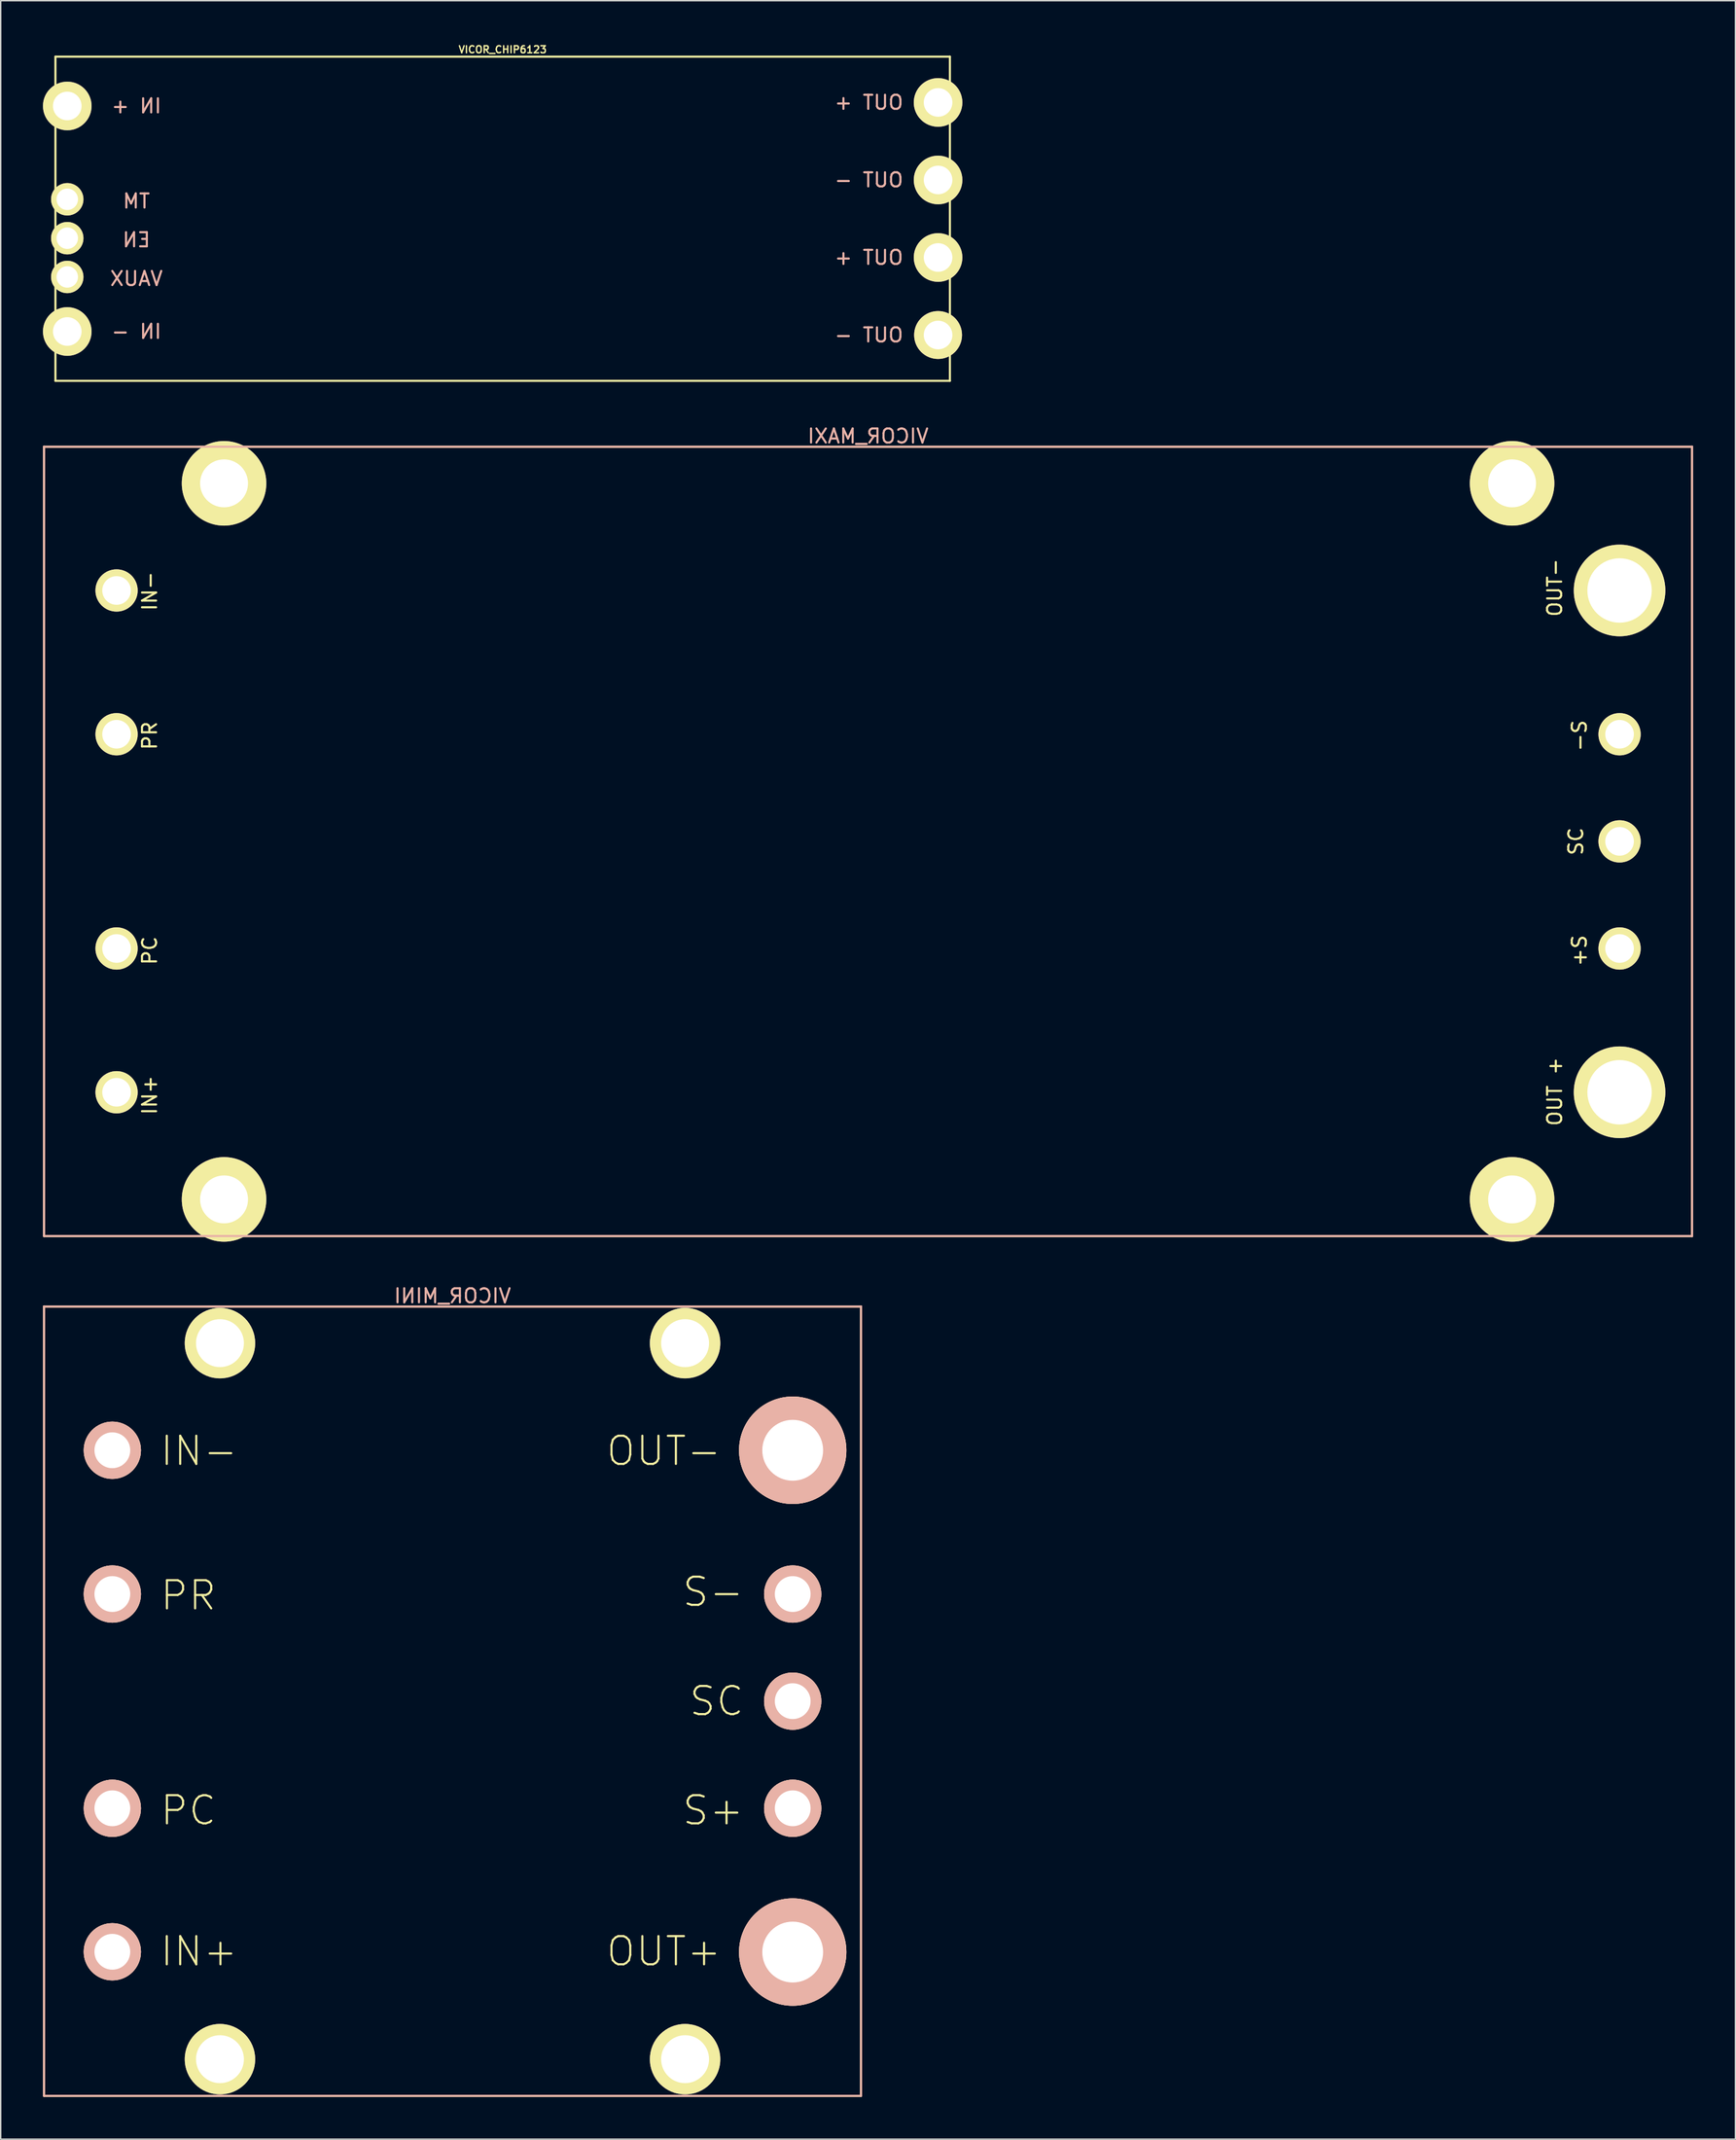
<source format=kicad_pcb>
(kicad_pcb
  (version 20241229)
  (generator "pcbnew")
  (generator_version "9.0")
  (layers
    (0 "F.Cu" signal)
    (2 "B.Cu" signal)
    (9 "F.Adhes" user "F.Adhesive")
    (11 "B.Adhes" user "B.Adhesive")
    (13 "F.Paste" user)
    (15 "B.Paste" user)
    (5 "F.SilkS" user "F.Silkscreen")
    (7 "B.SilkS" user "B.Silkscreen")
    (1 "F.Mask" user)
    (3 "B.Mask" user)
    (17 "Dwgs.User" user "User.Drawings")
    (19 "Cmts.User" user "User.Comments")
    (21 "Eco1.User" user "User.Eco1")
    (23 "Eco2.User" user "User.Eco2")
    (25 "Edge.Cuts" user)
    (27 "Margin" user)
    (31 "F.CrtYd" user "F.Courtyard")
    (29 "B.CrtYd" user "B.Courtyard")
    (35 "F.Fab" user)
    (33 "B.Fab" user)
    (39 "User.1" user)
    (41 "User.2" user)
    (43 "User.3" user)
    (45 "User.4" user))
  (footprint "VICOR_CHIP6123"
    (layer "F.Cu")
    (at 32.635 12.468)
    (property "Reference" "VICOR_CHIP6123" (at 0 -12 0) (layer "F.SilkS") (effects (font (size 0.5 0.5) (thickness 0.1))))
    (attr through_hole)
    (fp_line (start -31.75 -11.5) (end -31.75 11.5) (stroke (width 0.15) (type solid)) (layer "F.SilkS"))
    (fp_line (start -31.75 11.5) (end 31.75 11.5) (stroke (width 0.15) (type solid)) (layer "F.SilkS"))
    (fp_line (start 31.75 -11.5) (end -31.75 -11.5) (stroke (width 0.15) (type solid)) (layer "F.SilkS"))
    (fp_line (start 31.75 11.5) (end 31.75 -11.5) (stroke (width 0.15) (type solid)) (layer "F.SilkS"))
    (fp_text user "OUT +" (at 26 -8.25 0) (layer "B.SilkS") (effects (font (size 1 1) (thickness 0.15)) (justify mirror)))
    (fp_text user "OUT -" (at 26 8.25 0) (layer "B.SilkS") (effects (font (size 1 1) (thickness 0.15)) (justify mirror)))
    (fp_text user "EN" (at -26 1.5 0) (layer "B.SilkS") (effects (font (size 1 1) (thickness 0.15)) (justify mirror)))
    (fp_text user "VAUX" (at -26 4.25 0) (layer "B.SilkS") (effects (font (size 1 1) (thickness 0.15)) (justify mirror)))
    (fp_text user "OUT -" (at 26 -2.75 0) (layer "B.SilkS") (effects (font (size 1 1) (thickness 0.15)) (justify mirror)))
    (fp_text user "TM" (at -26 -1.25 0) (layer "B.SilkS") (effects (font (size 1 1) (thickness 0.15)) (justify mirror)))
    (fp_text user "OUT +" (at 26 2.75 0) (layer "B.SilkS") (effects (font (size 1 1) (thickness 0.15)) (justify mirror)))
    (fp_text user "IN -" (at -26 8 0) (layer "B.SilkS") (effects (font (size 1 1) (thickness 0.15)) (justify mirror)))
    (fp_text user "IN +" (at -26 -8 0) (layer "B.SilkS") (effects (font (size 1 1) (thickness 0.15)) (justify mirror)))
    (pad "1" thru_hole circle (at -30.91 -8) (size 3.45 3.45) (drill 2.03) (layers "*.Cu" "*.Mask" "F.SilkS"))
    (pad "2" thru_hole circle (at -30.91 -1.38) (size 2.3 2.3) (drill 1.52) (layers "*.Cu" "*.Mask" "F.SilkS"))
    (pad "3" thru_hole circle (at -30.91 1.38) (size 2.3 2.3) (drill 1.52) (layers "*.Cu" "*.Mask" "F.SilkS"))
    (pad "4" thru_hole circle (at -30.91 4.13) (size 2.3 2.3) (drill 1.52) (layers "*.Cu" "*.Mask" "F.SilkS"))
    (pad "5" thru_hole circle (at -30.91 8) (size 3.45 3.45) (drill 2.03) (layers "*.Cu" "*.Mask" "F.SilkS"))
    (pad "6" thru_hole circle (at 30.91 -8.25) (size 3.45 3.45) (drill 2.03) (layers "*.Cu" "*.Mask" "F.SilkS"))
    (pad "6" thru_hole circle (at 30.91 2.75) (size 3.45 3.45) (drill 2.03) (layers "*.Cu" "*.Mask" "F.SilkS"))
    (pad "7" thru_hole circle (at 30.91 -2.75) (size 3.45 3.45) (drill 2.03) (layers "*.Cu" "*.Mask" "F.SilkS"))
    (pad "7" thru_hole circle (at 30.91 8.25) (size 3.4 3.4) (drill 2.03) (layers "*.Cu" "*.Mask" "F.SilkS")))
  (footprint "VICOR_MAXI"
    (layer "F.Cu")
    (at 58.575 56.641)
    (property "Reference" "VICOR_MAXI" (at 0 -28.75 0) (layer "B.SilkS") (effects (font (size 1 1) (thickness 0.15)) (justify mirror)))
    (attr through_hole)
    (fp_line (start -58.5 -28) (end 58.5 -28) (stroke (width 0.15) (type solid)) (layer "F.SilkS"))
    (fp_line (start -58.5 28) (end -58.5 -28) (stroke (width 0.15) (type solid)) (layer "F.SilkS"))
    (fp_line (start 58.5 -28) (end 58.5 28) (stroke (width 0.15) (type solid)) (layer "F.SilkS"))
    (fp_line (start 58.5 28) (end -58.5 28) (stroke (width 0.15) (type solid)) (layer "F.SilkS"))
    (fp_line (start -58.5 -28) (end -58.5 28) (stroke (width 0.15) (type solid)) (layer "B.SilkS"))
    (fp_line (start -58.5 -28) (end 58.5 -28) (stroke (width 0.15) (type solid)) (layer "B.SilkS"))
    (fp_line (start -58.5 28) (end 58.5 28) (stroke (width 0.15) (type solid)) (layer "B.SilkS"))
    (fp_line (start 58.5 -28) (end 58.5 28) (stroke (width 0.15) (type solid)) (layer "B.SilkS"))
    (fp_text user "IN-" (at -51 -17.75 90) (layer "F.SilkS") (effects (font (size 1 1) (thickness 0.15))))
    (fp_text user "IN+" (at -51 18 90) (layer "F.SilkS") (effects (font (size 1 1) (thickness 0.15))))
    (fp_text user "PR" (at -51 -7.5 90) (layer "F.SilkS") (effects (font (size 1 1) (thickness 0.15))))
    (fp_text user "SC" (at 50.25 0 90) (layer "F.SilkS") (effects (font (size 1 1) (thickness 0.15))))
    (fp_text user "OUT +" (at 48.75 17.75 90) (layer "F.SilkS") (effects (font (size 1 1) (thickness 0.15))))
    (fp_text user "-S" (at 50.5 -7.5 90) (layer "F.SilkS") (effects (font (size 1 1) (thickness 0.15))))
    (fp_text user "PC" (at -51 7.75 90) (layer "F.SilkS") (effects (font (size 1 1) (thickness 0.15))))
    (fp_text user "OUT-" (at 48.75 -18 90) (layer "F.SilkS") (effects (font (size 1 1) (thickness 0.15))))
    (fp_text user "+S" (at 50.5 7.75 90) (layer "F.SilkS") (effects (font (size 1 1) (thickness 0.15))))
    (pad "1" thru_hole circle (at -53.35 17.8 270) (size 3 3) (drill 2.03) (layers "*.Cu" "*.Mask" "F.SilkS"))
    (pad "2" thru_hole circle (at -53.35 7.6 270) (size 3 3) (drill 2.03) (layers "*.Cu" "*.Mask" "F.SilkS"))
    (pad "3" thru_hole circle (at -53.35 -7.6 270) (size 3 3) (drill 2.03) (layers "*.Cu" "*.Mask" "F.SilkS"))
    (pad "4" thru_hole circle (at -53.35 -17.8 270) (size 3 3) (drill 2.03) (layers "*.Cu" "*.Mask" "F.SilkS"))
    (pad "5" thru_hole circle (at 53.35 -17.8 270) (size 6.5 6.5) (drill 4.57) (layers "*.Cu" "*.Mask" "F.SilkS"))
    (pad "6" thru_hole circle (at 53.35 -7.6 270) (size 3 3) (drill 2.03) (layers "*.Cu" "*.Mask" "F.SilkS"))
    (pad "7" thru_hole circle (at 53.35 0 270) (size 3 3) (drill 2.03) (layers "*.Cu" "*.Mask" "F.SilkS"))
    (pad "8" thru_hole circle (at 53.35 7.6 270) (size 3 3) (drill 2.03) (layers "*.Cu" "*.Mask" "F.SilkS"))
    (pad "9" thru_hole circle (at 53.35 17.8 270) (size 6.5 6.5) (drill 4.57) (layers "*.Cu" "*.Mask" "F.SilkS"))
    (pad "10" thru_hole circle (at -45.72 -25.4 90) (size 6 6) (drill 3.4) (layers "*.Cu" "*.Mask" "F.SilkS"))
    (pad "10" thru_hole circle (at -45.72 25.4 90) (size 6 6) (drill 3.4) (layers "*.Cu" "*.Mask" "F.SilkS"))
    (pad "10" thru_hole circle (at 45.72 -25.4 90) (size 6 6) (drill 3.4) (layers "*.Cu" "*.Mask" "F.SilkS"))
    (pad "10" thru_hole circle (at 45.72 25.4 90) (size 6 6) (drill 3.4) (layers "*.Cu" "*.Mask" "F.SilkS")))
  (footprint "VICOR_MINI"
    (layer "F.Cu")
    (at 29.075 117.639)
    (property "Reference" "VICOR_MINI" (at 0 -28.75 0) (layer "B.SilkS") (effects (font (size 1 1) (thickness 0.15)) (justify mirror)))
    (attr through_hole)
    (fp_line (start -29 -28) (end 29 -28) (stroke (width 0.15) (type solid)) (layer "F.SilkS"))
    (fp_line (start -29 28) (end -29 -28) (stroke (width 0.15) (type solid)) (layer "F.SilkS"))
    (fp_line (start 29 -28) (end 29 28) (stroke (width 0.15) (type solid)) (layer "F.SilkS"))
    (fp_line (start 29 28) (end -29 28) (stroke (width 0.15) (type solid)) (layer "F.SilkS"))
    (fp_line (start -29 28) (end -29 -28) (stroke (width 0.15) (type solid)) (layer "B.SilkS"))
    (fp_line (start 29 -28) (end -29 -28) (stroke (width 0.15) (type solid)) (layer "B.SilkS"))
    (fp_line (start 29 28) (end -29 28) (stroke (width 0.15) (type solid)) (layer "B.SilkS"))
    (fp_line (start 29 28) (end 29 -28) (stroke (width 0.15) (type solid)) (layer "B.SilkS"))
    (fp_text user "OUT-" (at 15 -17.75 180) (layer "F.SilkS") (effects (font (size 2 2) (thickness 0.15))))
    (fp_text user "IN+" (at -18 17.75 180) (layer "F.SilkS") (effects (font (size 2 2) (thickness 0.15))))
    (fp_text user "S+" (at 18.5 7.75 180) (layer "F.SilkS") (effects (font (size 2 2) (thickness 0.15))))
    (fp_text user "PC" (at -18.75 7.75 180) (layer "F.SilkS") (effects (font (size 2 2) (thickness 0.15))))
    (fp_text user "S-" (at 18.5 -7.75 180) (layer "F.SilkS") (effects (font (size 2 2) (thickness 0.15))))
    (fp_text user "PR" (at -18.75 -7.5 180) (layer "F.SilkS") (effects (font (size 2 2) (thickness 0.15))))
    (fp_text user "SC" (at 18.75 0 180) (layer "F.SilkS") (effects (font (size 2 2) (thickness 0.15))))
    (fp_text user "IN-" (at -18 -17.75 180) (layer "F.SilkS") (effects (font (size 2 2) (thickness 0.15))))
    (fp_text user "OUT+" (at 15 17.75 180) (layer "F.SilkS") (effects (font (size 2 2) (thickness 0.15))))
    (pad "1" thru_hole circle (at -24.15 17.78 90) (size 4.064 4.064) (drill 2.54) (layers "*.Cu" "*.SilkS" "*.Mask"))
    (pad "2" thru_hole circle (at -24.15 7.6 90) (size 4.064 4.064) (drill 2.54) (layers "*.Cu" "*.SilkS" "*.Mask"))
    (pad "3" thru_hole circle (at -24.15 -7.6 90) (size 4.064 4.064) (drill 2.54) (layers "*.Cu" "*.SilkS" "*.Mask"))
    (pad "4" thru_hole circle (at -24.15 -17.8 90) (size 4.064 4.064) (drill 2.54) (layers "*.Cu" "*.SilkS" "*.Mask"))
    (pad "5" thru_hole circle (at 24.15 -17.8 90) (size 7.62 7.62) (drill 4.318) (layers "*.Cu" "*.SilkS" "*.Mask"))
    (pad "6" thru_hole circle (at 24.15 -7.6 90) (size 4.064 4.064) (drill 2.54) (layers "*.Cu" "*.SilkS" "*.Mask"))
    (pad "7" thru_hole circle (at 24.15 0 90) (size 4.064 4.064) (drill 2.54) (layers "*.Cu" "*.SilkS" "*.Mask"))
    (pad "8" thru_hole circle (at 24.15 7.6 90) (size 4.064 4.064) (drill 2.54) (layers "*.Cu" "*.SilkS" "*.Mask"))
    (pad "9" thru_hole circle (at 24.15 17.8 90) (size 7.62 7.62) (drill 4.318) (layers "*.Cu" "*.SilkS" "*.Mask"))
    (pad "10" thru_hole circle (at -16.51 -25.4) (size 5 5) (drill 3.4) (layers "*.Cu" "*.Mask" "F.SilkS"))
    (pad "10" thru_hole circle (at -16.51 25.4) (size 5 5) (drill 3.4) (layers "*.Cu" "*.Mask" "F.SilkS"))
    (pad "10" thru_hole circle (at 16.51 -25.4) (size 5 5) (drill 3.4) (layers "*.Cu" "*.Mask" "F.SilkS"))
    (pad "10" thru_hole circle (at 16.51 25.4) (size 5 5) (drill 3.4) (layers "*.Cu" "*.Mask" "F.SilkS")))
  (gr_rect
    (start -3 -3)
    (end 120.15 148.714)
    (stroke (width 0.1) (type default))
    (fill no)
    (layer "Edge.Cuts")))
</source>
